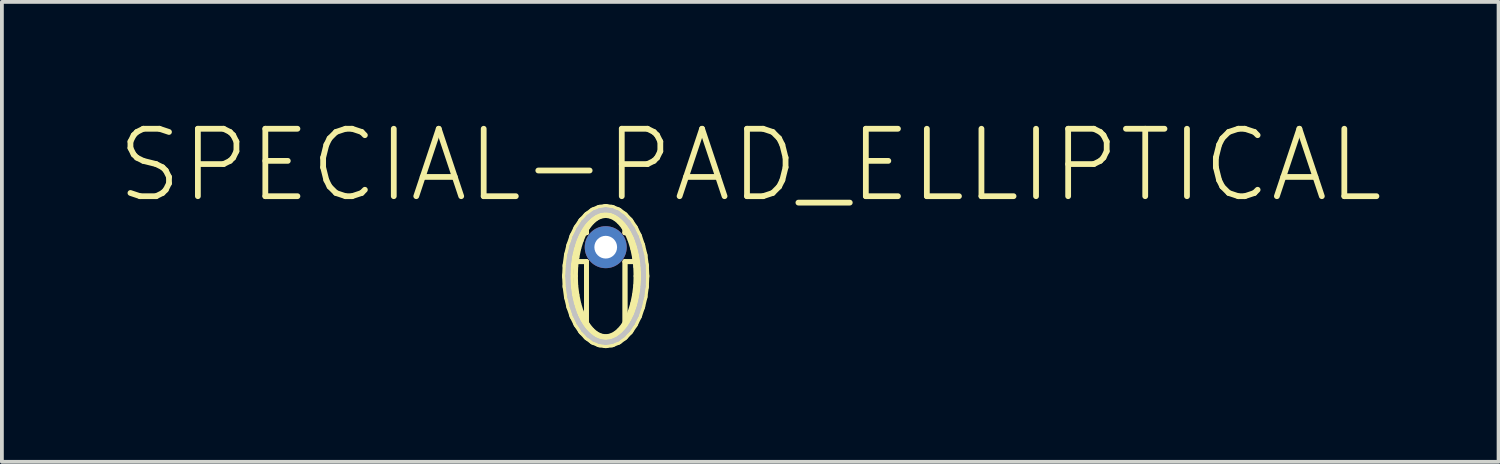
<source format=kicad_pcb>
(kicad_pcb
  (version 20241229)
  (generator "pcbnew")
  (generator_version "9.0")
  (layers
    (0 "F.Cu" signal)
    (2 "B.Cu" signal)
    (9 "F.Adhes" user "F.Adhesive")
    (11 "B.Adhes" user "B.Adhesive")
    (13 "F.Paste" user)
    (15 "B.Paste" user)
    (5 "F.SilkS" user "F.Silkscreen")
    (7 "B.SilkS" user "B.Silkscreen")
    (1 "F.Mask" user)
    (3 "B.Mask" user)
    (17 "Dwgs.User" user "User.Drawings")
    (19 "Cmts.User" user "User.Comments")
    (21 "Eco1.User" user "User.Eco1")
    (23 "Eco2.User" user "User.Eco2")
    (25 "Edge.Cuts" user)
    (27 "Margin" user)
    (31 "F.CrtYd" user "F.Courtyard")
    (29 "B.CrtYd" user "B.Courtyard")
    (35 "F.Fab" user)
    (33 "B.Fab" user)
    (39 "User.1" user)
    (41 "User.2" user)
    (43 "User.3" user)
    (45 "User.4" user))
  (footprint "SPECIAL-PAD_ELLIPTICAL"
    (layer "F.Cu")
    (at 12.92 3.467)
    (property "Reference" "SPECIAL-PAD_ELLIPTICAL" (at 3.81 -2.159 0) (layer "F.SilkS") (effects (font (size 1.778 1.778) (thickness 0.152))))
    (attr exclude_from_pos_files exclude_from_bom)
    (fp_line (start -1.016 0.381) (end -1.016 1.016) (stroke (width 0.127) (type solid)) (layer "F.SilkS"))
    (fp_line (start -1.016 0.381) (end -1.016 1.016) (stroke (width 0.127) (type solid)) (layer "F.SilkS"))
    (fp_line (start -1.016 1.016) (end -0.889 1.778) (stroke (width 0.127) (type solid)) (layer "F.SilkS"))
    (fp_line (start -1.016 1.016) (end -0.889 1.778) (stroke (width 0.127) (type solid)) (layer "F.SilkS"))
    (fp_line (start -0.998 0.762) (end -0.986 1.034) (stroke (width 0.302) (type solid)) (layer "F.SilkS"))
    (fp_line (start -0.986 0.488) (end -0.998 0.762) (stroke (width 0.302) (type solid)) (layer "F.SilkS"))
    (fp_line (start -0.986 1.034) (end -0.95 1.3) (stroke (width 0.302) (type solid)) (layer "F.SilkS"))
    (fp_line (start -0.95 0.221) (end -0.986 0.488) (stroke (width 0.302) (type solid)) (layer "F.SilkS"))
    (fp_line (start -0.95 1.3) (end -0.889 1.554) (stroke (width 0.302) (type solid)) (layer "F.SilkS"))
    (fp_line (start -0.889 -0.03) (end -0.95 0.221) (stroke (width 0.302) (type solid)) (layer "F.SilkS"))
    (fp_line (start -0.889 1.554) (end -0.808 1.791) (stroke (width 0.302) (type solid)) (layer "F.SilkS"))
    (fp_line (start -0.889 1.778) (end -0.635 2.159) (stroke (width 0.127) (type solid)) (layer "F.SilkS"))
    (fp_line (start -0.889 1.778) (end -0.635 2.159) (stroke (width 0.127) (type solid)) (layer "F.SilkS"))
    (fp_line (start -0.808 -0.267) (end -0.889 -0.03) (stroke (width 0.302) (type solid)) (layer "F.SilkS"))
    (fp_line (start -0.808 1.791) (end -0.706 1.999) (stroke (width 0.302) (type solid)) (layer "F.SilkS"))
    (fp_line (start -0.798 0.762) (end -0.79 1.011) (stroke (width 0.127) (type solid)) (layer "F.SilkS"))
    (fp_line (start -0.79 0.511) (end -0.798 0.762) (stroke (width 0.127) (type solid)) (layer "F.SilkS"))
    (fp_line (start -0.79 1.011) (end -0.759 1.255) (stroke (width 0.127) (type solid)) (layer "F.SilkS"))
    (fp_line (start -0.762 -0.381) (end -0.508 -0.381) (stroke (width 0.127) (type solid)) (layer "F.SilkS"))
    (fp_line (start -0.762 -0.381) (end -0.508 -0.381) (stroke (width 0.127) (type solid)) (layer "F.SilkS"))
    (fp_line (start -0.759 0.267) (end -0.79 0.511) (stroke (width 0.127) (type solid)) (layer "F.SilkS"))
    (fp_line (start -0.759 1.255) (end -0.711 1.486) (stroke (width 0.127) (type solid)) (layer "F.SilkS"))
    (fp_line (start -0.711 0.036) (end -0.759 0.267) (stroke (width 0.127) (type solid)) (layer "F.SilkS"))
    (fp_line (start -0.711 1.486) (end -0.645 1.702) (stroke (width 0.127) (type solid)) (layer "F.SilkS"))
    (fp_line (start -0.706 -0.475) (end -0.808 -0.267) (stroke (width 0.302) (type solid)) (layer "F.SilkS"))
    (fp_line (start -0.706 1.999) (end -0.587 2.177) (stroke (width 0.302) (type solid)) (layer "F.SilkS"))
    (fp_line (start -0.645 -0.178) (end -0.711 0.036) (stroke (width 0.127) (type solid)) (layer "F.SilkS"))
    (fp_line (start -0.645 1.702) (end -0.564 1.892) (stroke (width 0.127) (type solid)) (layer "F.SilkS"))
    (fp_line (start -0.635 2.159) (end -0.508 2.286) (stroke (width 0.127) (type solid)) (layer "F.SilkS"))
    (fp_line (start -0.635 2.159) (end -0.508 2.286) (stroke (width 0.127) (type solid)) (layer "F.SilkS"))
    (fp_line (start -0.587 -0.653) (end -0.706 -0.475) (stroke (width 0.302) (type solid)) (layer "F.SilkS"))
    (fp_line (start -0.587 2.177) (end -0.452 2.319) (stroke (width 0.302) (type solid)) (layer "F.SilkS"))
    (fp_line (start -0.564 -0.368) (end -0.645 -0.178) (stroke (width 0.127) (type solid)) (layer "F.SilkS"))
    (fp_line (start -0.564 1.892) (end -0.47 2.055) (stroke (width 0.127) (type solid)) (layer "F.SilkS"))
    (fp_line (start -0.508 -0.762) (end -0.762 -0.381) (stroke (width 0.127) (type solid)) (layer "F.SilkS"))
    (fp_line (start -0.508 -0.762) (end -0.762 -0.381) (stroke (width 0.127) (type solid)) (layer "F.SilkS"))
    (fp_line (start -0.508 -0.381) (end -0.508 -0.762) (stroke (width 0.127) (type solid)) (layer "F.SilkS"))
    (fp_line (start -0.508 -0.381) (end -0.508 -0.762) (stroke (width 0.127) (type solid)) (layer "F.SilkS"))
    (fp_line (start -0.508 0.381) (end -1.016 0.381) (stroke (width 0.127) (type solid)) (layer "F.SilkS"))
    (fp_line (start -0.508 0.381) (end -1.016 0.381) (stroke (width 0.127) (type solid)) (layer "F.SilkS"))
    (fp_line (start -0.508 2.286) (end -0.508 0.381) (stroke (width 0.127) (type solid)) (layer "F.SilkS"))
    (fp_line (start -0.508 2.286) (end -0.508 0.381) (stroke (width 0.127) (type solid)) (layer "F.SilkS"))
    (fp_line (start -0.47 -0.531) (end -0.564 -0.368) (stroke (width 0.127) (type solid)) (layer "F.SilkS"))
    (fp_line (start -0.47 2.055) (end -0.361 2.187) (stroke (width 0.127) (type solid)) (layer "F.SilkS"))
    (fp_line (start -0.452 -0.795) (end -0.587 -0.653) (stroke (width 0.302) (type solid)) (layer "F.SilkS"))
    (fp_line (start -0.452 2.319) (end -0.307 2.426) (stroke (width 0.302) (type solid)) (layer "F.SilkS"))
    (fp_line (start -0.361 -0.663) (end -0.47 -0.531) (stroke (width 0.127) (type solid)) (layer "F.SilkS"))
    (fp_line (start -0.361 2.187) (end -0.246 2.283) (stroke (width 0.127) (type solid)) (layer "F.SilkS"))
    (fp_line (start -0.307 -0.902) (end -0.452 -0.795) (stroke (width 0.302) (type solid)) (layer "F.SilkS"))
    (fp_line (start -0.307 2.426) (end -0.155 2.489) (stroke (width 0.302) (type solid)) (layer "F.SilkS"))
    (fp_line (start -0.246 -0.759) (end -0.361 -0.663) (stroke (width 0.127) (type solid)) (layer "F.SilkS"))
    (fp_line (start -0.246 2.283) (end -0.124 2.342) (stroke (width 0.127) (type solid)) (layer "F.SilkS"))
    (fp_line (start -0.155 -0.965) (end -0.307 -0.902) (stroke (width 0.302) (type solid)) (layer "F.SilkS"))
    (fp_line (start -0.155 2.489) (end 0 2.51) (stroke (width 0.302) (type solid)) (layer "F.SilkS"))
    (fp_line (start -0.124 -0.818) (end -0.246 -0.759) (stroke (width 0.127) (type solid)) (layer "F.SilkS"))
    (fp_line (start -0.124 2.342) (end 0 2.36) (stroke (width 0.127) (type solid)) (layer "F.SilkS"))
    (fp_line (start 0 -0.986) (end -0.155 -0.965) (stroke (width 0.302) (type solid)) (layer "F.SilkS"))
    (fp_line (start 0 -0.836) (end -0.124 -0.818) (stroke (width 0.127) (type solid)) (layer "F.SilkS"))
    (fp_line (start 0 2.36) (end 0.124 2.342) (stroke (width 0.127) (type solid)) (layer "F.SilkS"))
    (fp_line (start 0 2.51) (end 0.155 2.489) (stroke (width 0.302) (type solid)) (layer "F.SilkS"))
    (fp_line (start 0.124 -0.818) (end 0 -0.836) (stroke (width 0.127) (type solid)) (layer "F.SilkS"))
    (fp_line (start 0.124 2.342) (end 0.246 2.283) (stroke (width 0.127) (type solid)) (layer "F.SilkS"))
    (fp_line (start 0.155 -0.965) (end 0 -0.986) (stroke (width 0.302) (type solid)) (layer "F.SilkS"))
    (fp_line (start 0.155 2.489) (end 0.307 2.426) (stroke (width 0.302) (type solid)) (layer "F.SilkS"))
    (fp_line (start 0.246 -0.759) (end 0.124 -0.818) (stroke (width 0.127) (type solid)) (layer "F.SilkS"))
    (fp_line (start 0.246 2.283) (end 0.361 2.187) (stroke (width 0.127) (type solid)) (layer "F.SilkS"))
    (fp_line (start 0.307 -0.902) (end 0.155 -0.965) (stroke (width 0.302) (type solid)) (layer "F.SilkS"))
    (fp_line (start 0.307 2.426) (end 0.452 2.319) (stroke (width 0.302) (type solid)) (layer "F.SilkS"))
    (fp_line (start 0.361 -0.663) (end 0.246 -0.759) (stroke (width 0.127) (type solid)) (layer "F.SilkS"))
    (fp_line (start 0.361 2.187) (end 0.47 2.055) (stroke (width 0.127) (type solid)) (layer "F.SilkS"))
    (fp_line (start 0.452 -0.795) (end 0.307 -0.902) (stroke (width 0.302) (type solid)) (layer "F.SilkS"))
    (fp_line (start 0.452 2.319) (end 0.587 2.177) (stroke (width 0.302) (type solid)) (layer "F.SilkS"))
    (fp_line (start 0.47 -0.531) (end 0.361 -0.663) (stroke (width 0.127) (type solid)) (layer "F.SilkS"))
    (fp_line (start 0.47 2.055) (end 0.564 1.892) (stroke (width 0.127) (type solid)) (layer "F.SilkS"))
    (fp_line (start 0.508 -0.762) (end 0.762 -0.381) (stroke (width 0.127) (type solid)) (layer "F.SilkS"))
    (fp_line (start 0.508 -0.762) (end 0.762 -0.381) (stroke (width 0.127) (type solid)) (layer "F.SilkS"))
    (fp_line (start 0.508 -0.381) (end 0.508 -0.762) (stroke (width 0.127) (type solid)) (layer "F.SilkS"))
    (fp_line (start 0.508 -0.381) (end 0.508 -0.762) (stroke (width 0.127) (type solid)) (layer "F.SilkS"))
    (fp_line (start 0.508 0.381) (end 1.016 0.381) (stroke (width 0.127) (type solid)) (layer "F.SilkS"))
    (fp_line (start 0.508 0.381) (end 1.016 0.381) (stroke (width 0.127) (type solid)) (layer "F.SilkS"))
    (fp_line (start 0.508 2.286) (end 0.508 0.381) (stroke (width 0.127) (type solid)) (layer "F.SilkS"))
    (fp_line (start 0.508 2.286) (end 0.508 0.381) (stroke (width 0.127) (type solid)) (layer "F.SilkS"))
    (fp_line (start 0.564 -0.368) (end 0.47 -0.531) (stroke (width 0.127) (type solid)) (layer "F.SilkS"))
    (fp_line (start 0.564 1.892) (end 0.645 1.702) (stroke (width 0.127) (type solid)) (layer "F.SilkS"))
    (fp_line (start 0.587 -0.653) (end 0.452 -0.795) (stroke (width 0.302) (type solid)) (layer "F.SilkS"))
    (fp_line (start 0.587 2.177) (end 0.706 1.999) (stroke (width 0.302) (type solid)) (layer "F.SilkS"))
    (fp_line (start 0.635 2.159) (end 0.508 2.286) (stroke (width 0.127) (type solid)) (layer "F.SilkS"))
    (fp_line (start 0.635 2.159) (end 0.508 2.286) (stroke (width 0.127) (type solid)) (layer "F.SilkS"))
    (fp_line (start 0.645 -0.178) (end 0.564 -0.368) (stroke (width 0.127) (type solid)) (layer "F.SilkS"))
    (fp_line (start 0.645 1.702) (end 0.711 1.486) (stroke (width 0.127) (type solid)) (layer "F.SilkS"))
    (fp_line (start 0.706 -0.475) (end 0.587 -0.653) (stroke (width 0.302) (type solid)) (layer "F.SilkS"))
    (fp_line (start 0.706 1.999) (end 0.808 1.791) (stroke (width 0.302) (type solid)) (layer "F.SilkS"))
    (fp_line (start 0.711 0.036) (end 0.645 -0.178) (stroke (width 0.127) (type solid)) (layer "F.SilkS"))
    (fp_line (start 0.711 1.486) (end 0.759 1.255) (stroke (width 0.127) (type solid)) (layer "F.SilkS"))
    (fp_line (start 0.759 0.267) (end 0.711 0.036) (stroke (width 0.127) (type solid)) (layer "F.SilkS"))
    (fp_line (start 0.759 1.255) (end 0.79 1.011) (stroke (width 0.127) (type solid)) (layer "F.SilkS"))
    (fp_line (start 0.762 -0.381) (end 0.508 -0.381) (stroke (width 0.127) (type solid)) (layer "F.SilkS"))
    (fp_line (start 0.762 -0.381) (end 0.508 -0.381) (stroke (width 0.127) (type solid)) (layer "F.SilkS"))
    (fp_line (start 0.79 0.511) (end 0.759 0.267) (stroke (width 0.127) (type solid)) (layer "F.SilkS"))
    (fp_line (start 0.79 1.011) (end 0.798 0.762) (stroke (width 0.127) (type solid)) (layer "F.SilkS"))
    (fp_line (start 0.798 0.762) (end 0.79 0.511) (stroke (width 0.127) (type solid)) (layer "F.SilkS"))
    (fp_line (start 0.808 -0.267) (end 0.706 -0.475) (stroke (width 0.302) (type solid)) (layer "F.SilkS"))
    (fp_line (start 0.808 1.791) (end 0.889 1.554) (stroke (width 0.302) (type solid)) (layer "F.SilkS"))
    (fp_line (start 0.889 -0.03) (end 0.808 -0.267) (stroke (width 0.302) (type solid)) (layer "F.SilkS"))
    (fp_line (start 0.889 1.554) (end 0.95 1.3) (stroke (width 0.302) (type solid)) (layer "F.SilkS"))
    (fp_line (start 0.889 1.778) (end 0.635 2.159) (stroke (width 0.127) (type solid)) (layer "F.SilkS"))
    (fp_line (start 0.889 1.778) (end 0.635 2.159) (stroke (width 0.127) (type solid)) (layer "F.SilkS"))
    (fp_line (start 0.95 0.221) (end 0.889 -0.03) (stroke (width 0.302) (type solid)) (layer "F.SilkS"))
    (fp_line (start 0.95 1.3) (end 0.986 1.034) (stroke (width 0.302) (type solid)) (layer "F.SilkS"))
    (fp_line (start 0.986 0.488) (end 0.95 0.221) (stroke (width 0.302) (type solid)) (layer "F.SilkS"))
    (fp_line (start 0.986 1.034) (end 0.998 0.762) (stroke (width 0.302) (type solid)) (layer "F.SilkS"))
    (fp_line (start 0.998 0.762) (end 0.986 0.488) (stroke (width 0.302) (type solid)) (layer "F.SilkS"))
    (fp_line (start 1.016 0.381) (end 1.016 1.016) (stroke (width 0.127) (type solid)) (layer "F.SilkS"))
    (fp_line (start 1.016 0.381) (end 1.016 1.016) (stroke (width 0.127) (type solid)) (layer "F.SilkS"))
    (fp_line (start 1.016 1.016) (end 0.889 1.778) (stroke (width 0.127) (type solid)) (layer "F.SilkS"))
    (fp_line (start 1.016 1.016) (end 0.889 1.778) (stroke (width 0.127) (type solid)) (layer "F.SilkS"))
    (fp_line (start -0.998 0.762) (end -0.986 1.034) (stroke (width 0.127) (type solid)) (layer "Dwgs.User"))
    (fp_line (start -0.998 0.762) (end -0.986 1.034) (stroke (width 0.127) (type solid)) (layer "Dwgs.User"))
    (fp_line (start -0.986 0.488) (end -0.998 0.762) (stroke (width 0.127) (type solid)) (layer "Dwgs.User"))
    (fp_line (start -0.986 0.488) (end -0.998 0.762) (stroke (width 0.127) (type solid)) (layer "Dwgs.User"))
    (fp_line (start -0.986 1.034) (end -0.95 1.3) (stroke (width 0.127) (type solid)) (layer "Dwgs.User"))
    (fp_line (start -0.986 1.034) (end -0.95 1.3) (stroke (width 0.127) (type solid)) (layer "Dwgs.User"))
    (fp_line (start -0.95 0.221) (end -0.986 0.488) (stroke (width 0.127) (type solid)) (layer "Dwgs.User"))
    (fp_line (start -0.95 0.221) (end -0.986 0.488) (stroke (width 0.127) (type solid)) (layer "Dwgs.User"))
    (fp_line (start -0.95 1.3) (end -0.889 1.554) (stroke (width 0.127) (type solid)) (layer "Dwgs.User"))
    (fp_line (start -0.95 1.3) (end -0.889 1.554) (stroke (width 0.127) (type solid)) (layer "Dwgs.User"))
    (fp_line (start -0.889 -0.03) (end -0.95 0.221) (stroke (width 0.127) (type solid)) (layer "Dwgs.User"))
    (fp_line (start -0.889 -0.03) (end -0.95 0.221) (stroke (width 0.127) (type solid)) (layer "Dwgs.User"))
    (fp_line (start -0.889 1.554) (end -0.808 1.791) (stroke (width 0.127) (type solid)) (layer "Dwgs.User"))
    (fp_line (start -0.889 1.554) (end -0.808 1.791) (stroke (width 0.127) (type solid)) (layer "Dwgs.User"))
    (fp_line (start -0.808 -0.267) (end -0.889 -0.03) (stroke (width 0.127) (type solid)) (layer "Dwgs.User"))
    (fp_line (start -0.808 -0.267) (end -0.889 -0.03) (stroke (width 0.127) (type solid)) (layer "Dwgs.User"))
    (fp_line (start -0.808 1.791) (end -0.706 1.999) (stroke (width 0.127) (type solid)) (layer "Dwgs.User"))
    (fp_line (start -0.808 1.791) (end -0.706 1.999) (stroke (width 0.127) (type solid)) (layer "Dwgs.User"))
    (fp_line (start -0.706 -0.475) (end -0.808 -0.267) (stroke (width 0.127) (type solid)) (layer "Dwgs.User"))
    (fp_line (start -0.706 -0.475) (end -0.808 -0.267) (stroke (width 0.127) (type solid)) (layer "Dwgs.User"))
    (fp_line (start -0.706 1.999) (end -0.587 2.177) (stroke (width 0.127) (type solid)) (layer "Dwgs.User"))
    (fp_line (start -0.706 1.999) (end -0.587 2.177) (stroke (width 0.127) (type solid)) (layer "Dwgs.User"))
    (fp_line (start -0.587 -0.653) (end -0.706 -0.475) (stroke (width 0.127) (type solid)) (layer "Dwgs.User"))
    (fp_line (start -0.587 -0.653) (end -0.706 -0.475) (stroke (width 0.127) (type solid)) (layer "Dwgs.User"))
    (fp_line (start -0.587 2.177) (end -0.452 2.319) (stroke (width 0.127) (type solid)) (layer "Dwgs.User"))
    (fp_line (start -0.587 2.177) (end -0.452 2.319) (stroke (width 0.127) (type solid)) (layer "Dwgs.User"))
    (fp_line (start -0.452 -0.795) (end -0.587 -0.653) (stroke (width 0.127) (type solid)) (layer "Dwgs.User"))
    (fp_line (start -0.452 -0.795) (end -0.587 -0.653) (stroke (width 0.127) (type solid)) (layer "Dwgs.User"))
    (fp_line (start -0.452 2.319) (end -0.307 2.426) (stroke (width 0.127) (type solid)) (layer "Dwgs.User"))
    (fp_line (start -0.452 2.319) (end -0.307 2.426) (stroke (width 0.127) (type solid)) (layer "Dwgs.User"))
    (fp_line (start -0.307 -0.902) (end -0.452 -0.795) (stroke (width 0.127) (type solid)) (layer "Dwgs.User"))
    (fp_line (start -0.307 -0.902) (end -0.452 -0.795) (stroke (width 0.127) (type solid)) (layer "Dwgs.User"))
    (fp_line (start -0.307 2.426) (end -0.155 2.489) (stroke (width 0.127) (type solid)) (layer "Dwgs.User"))
    (fp_line (start -0.307 2.426) (end -0.155 2.489) (stroke (width 0.127) (type solid)) (layer "Dwgs.User"))
    (fp_line (start -0.155 -0.965) (end -0.307 -0.902) (stroke (width 0.127) (type solid)) (layer "Dwgs.User"))
    (fp_line (start -0.155 -0.965) (end -0.307 -0.902) (stroke (width 0.127) (type solid)) (layer "Dwgs.User"))
    (fp_line (start -0.155 2.489) (end 0 2.51) (stroke (width 0.127) (type solid)) (layer "Dwgs.User"))
    (fp_line (start -0.155 2.489) (end 0 2.51) (stroke (width 0.127) (type solid)) (layer "Dwgs.User"))
    (fp_line (start 0 -0.986) (end -0.155 -0.965) (stroke (width 0.127) (type solid)) (layer "Dwgs.User"))
    (fp_line (start 0 -0.986) (end -0.155 -0.965) (stroke (width 0.127) (type solid)) (layer "Dwgs.User"))
    (fp_line (start 0 2.51) (end 0.155 2.489) (stroke (width 0.127) (type solid)) (layer "Dwgs.User"))
    (fp_line (start 0 2.51) (end 0.155 2.489) (stroke (width 0.127) (type solid)) (layer "Dwgs.User"))
    (fp_line (start 0.155 -0.965) (end 0 -0.986) (stroke (width 0.127) (type solid)) (layer "Dwgs.User"))
    (fp_line (start 0.155 -0.965) (end 0 -0.986) (stroke (width 0.127) (type solid)) (layer "Dwgs.User"))
    (fp_line (start 0.155 2.489) (end 0.307 2.426) (stroke (width 0.127) (type solid)) (layer "Dwgs.User"))
    (fp_line (start 0.155 2.489) (end 0.307 2.426) (stroke (width 0.127) (type solid)) (layer "Dwgs.User"))
    (fp_line (start 0.307 -0.902) (end 0.155 -0.965) (stroke (width 0.127) (type solid)) (layer "Dwgs.User"))
    (fp_line (start 0.307 -0.902) (end 0.155 -0.965) (stroke (width 0.127) (type solid)) (layer "Dwgs.User"))
    (fp_line (start 0.307 2.426) (end 0.452 2.319) (stroke (width 0.127) (type solid)) (layer "Dwgs.User"))
    (fp_line (start 0.307 2.426) (end 0.452 2.319) (stroke (width 0.127) (type solid)) (layer "Dwgs.User"))
    (fp_line (start 0.452 -0.795) (end 0.307 -0.902) (stroke (width 0.127) (type solid)) (layer "Dwgs.User"))
    (fp_line (start 0.452 -0.795) (end 0.307 -0.902) (stroke (width 0.127) (type solid)) (layer "Dwgs.User"))
    (fp_line (start 0.452 2.319) (end 0.587 2.177) (stroke (width 0.127) (type solid)) (layer "Dwgs.User"))
    (fp_line (start 0.452 2.319) (end 0.587 2.177) (stroke (width 0.127) (type solid)) (layer "Dwgs.User"))
    (fp_line (start 0.587 -0.653) (end 0.452 -0.795) (stroke (width 0.127) (type solid)) (layer "Dwgs.User"))
    (fp_line (start 0.587 -0.653) (end 0.452 -0.795) (stroke (width 0.127) (type solid)) (layer "Dwgs.User"))
    (fp_line (start 0.587 2.177) (end 0.706 1.999) (stroke (width 0.127) (type solid)) (layer "Dwgs.User"))
    (fp_line (start 0.587 2.177) (end 0.706 1.999) (stroke (width 0.127) (type solid)) (layer "Dwgs.User"))
    (fp_line (start 0.706 -0.475) (end 0.587 -0.653) (stroke (width 0.127) (type solid)) (layer "Dwgs.User"))
    (fp_line (start 0.706 -0.475) (end 0.587 -0.653) (stroke (width 0.127) (type solid)) (layer "Dwgs.User"))
    (fp_line (start 0.706 1.999) (end 0.808 1.791) (stroke (width 0.127) (type solid)) (layer "Dwgs.User"))
    (fp_line (start 0.706 1.999) (end 0.808 1.791) (stroke (width 0.127) (type solid)) (layer "Dwgs.User"))
    (fp_line (start 0.808 -0.267) (end 0.706 -0.475) (stroke (width 0.127) (type solid)) (layer "Dwgs.User"))
    (fp_line (start 0.808 -0.267) (end 0.706 -0.475) (stroke (width 0.127) (type solid)) (layer "Dwgs.User"))
    (fp_line (start 0.808 1.791) (end 0.889 1.554) (stroke (width 0.127) (type solid)) (layer "Dwgs.User"))
    (fp_line (start 0.808 1.791) (end 0.889 1.554) (stroke (width 0.127) (type solid)) (layer "Dwgs.User"))
    (fp_line (start 0.889 -0.03) (end 0.808 -0.267) (stroke (width 0.127) (type solid)) (layer "Dwgs.User"))
    (fp_line (start 0.889 -0.03) (end 0.808 -0.267) (stroke (width 0.127) (type solid)) (layer "Dwgs.User"))
    (fp_line (start 0.889 1.554) (end 0.95 1.3) (stroke (width 0.127) (type solid)) (layer "Dwgs.User"))
    (fp_line (start 0.889 1.554) (end 0.95 1.3) (stroke (width 0.127) (type solid)) (layer "Dwgs.User"))
    (fp_line (start 0.95 0.221) (end 0.889 -0.03) (stroke (width 0.127) (type solid)) (layer "Dwgs.User"))
    (fp_line (start 0.95 0.221) (end 0.889 -0.03) (stroke (width 0.127) (type solid)) (layer "Dwgs.User"))
    (fp_line (start 0.95 1.3) (end 0.986 1.034) (stroke (width 0.127) (type solid)) (layer "Dwgs.User"))
    (fp_line (start 0.95 1.3) (end 0.986 1.034) (stroke (width 0.127) (type solid)) (layer "Dwgs.User"))
    (fp_line (start 0.986 0.488) (end 0.95 0.221) (stroke (width 0.127) (type solid)) (layer "Dwgs.User"))
    (fp_line (start 0.986 0.488) (end 0.95 0.221) (stroke (width 0.127) (type solid)) (layer "Dwgs.User"))
    (fp_line (start 0.986 1.034) (end 0.998 0.762) (stroke (width 0.127) (type solid)) (layer "Dwgs.User"))
    (fp_line (start 0.986 1.034) (end 0.998 0.762) (stroke (width 0.127) (type solid)) (layer "Dwgs.User"))
    (fp_line (start 0.998 0.762) (end 0.986 0.488) (stroke (width 0.127) (type solid)) (layer "Dwgs.User"))
    (fp_line (start 0.998 0.762) (end 0.986 0.488) (stroke (width 0.127) (type solid)) (layer "Dwgs.User"))
    (pad "A1" thru_hole circle (at 0 0) (size 1.107 1.107) (drill 0.599) (layers "*.Cu" "*.Paste" "*.Mask")))
  (gr_rect
    (start -3 -3)
    (end 36.46 9.127)
    (stroke (width 0.1) (type default))
    (fill no)
    (layer "Edge.Cuts")))
</source>
